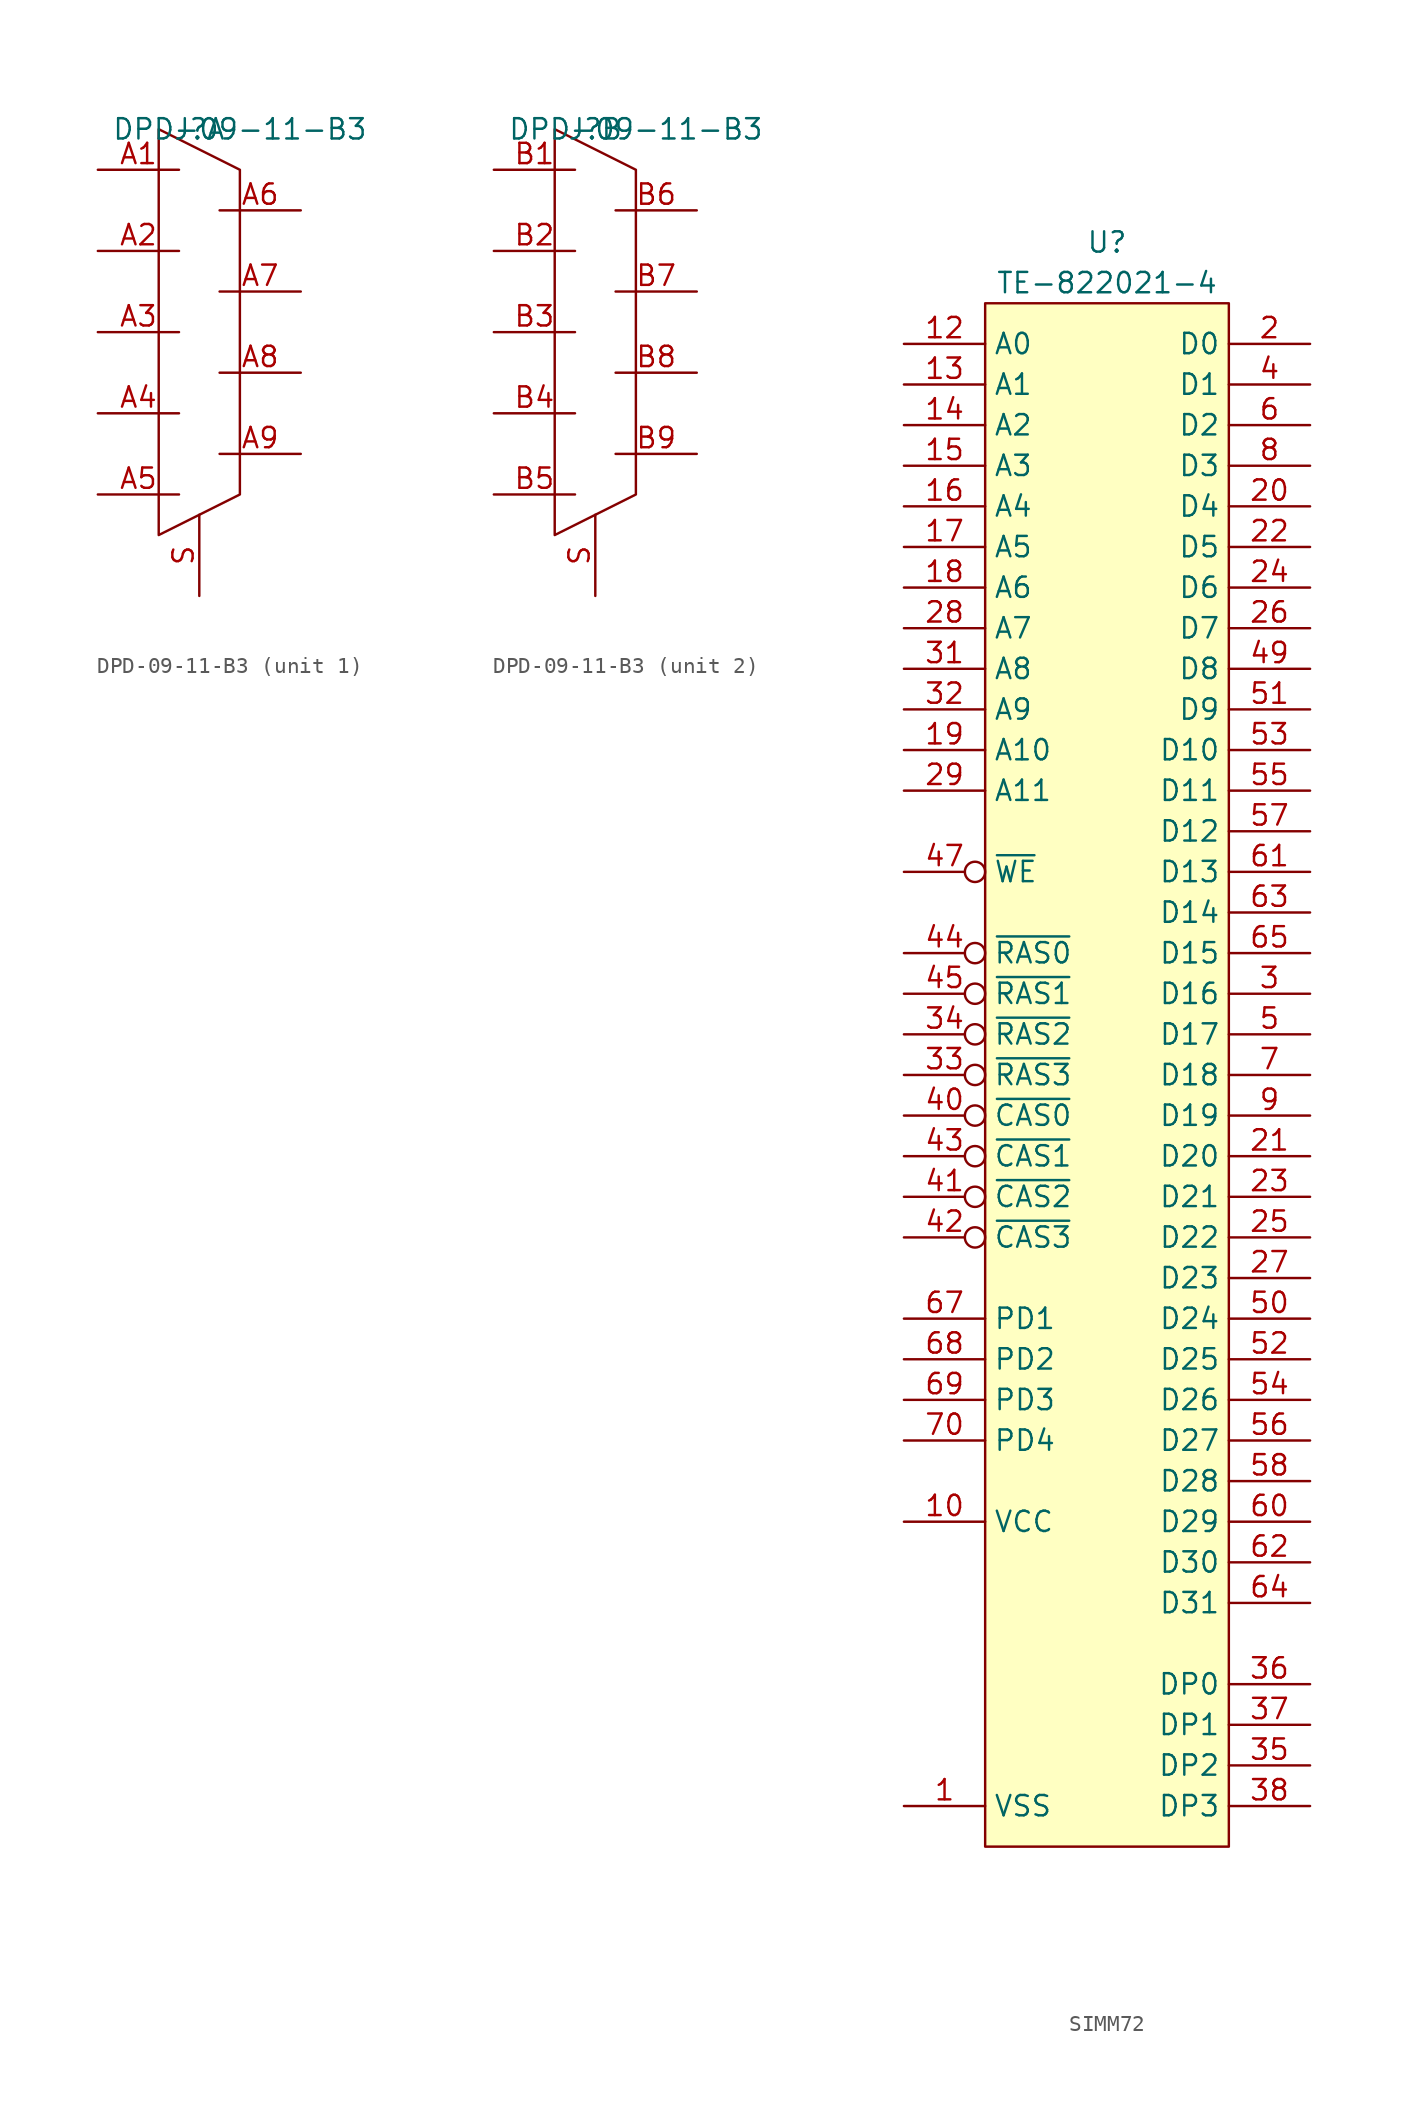
<source format=kicad_sym>
(kicad_symbol_lib
  (version 20231120)
  (generator "kicad_symbol_editor")
  (generator_version "8.0")
  (symbol "DPD-09-11-B3"
    (property "Reference" "J"
      (at 0 0 0)
      (effects (font (size 1.27 1.27))))
    (property "Value" "DPD-09-11-B3"
      (at 2.54 0 0)
      (effects (font (size 1.27 1.27))))
    (property "ki_locked" ""
      (at 0 0 0)
      (effects (font (size 1.27 1.27))))
    (symbol "DPD-09-11-B3_1_1"
      (polyline (pts (xy -2.54 0) (xy -2.54 -25.4) (xy 2.54 -22.86) (xy 2.54 -2.54) (xy -2.54 0)) (stroke (width 0) (type default)) (fill (type none)))
      (pin passive line (at -6.35 -2.54 0) (length 5.08) (name "" (effects (font (size 1.27 1.27)))) (number "A1" (effects (font (size 1.27 1.27)))))
      (pin passive line (at -6.35 -7.62 0) (length 5.08) (name "" (effects (font (size 1.27 1.27)))) (number "A2" (effects (font (size 1.27 1.27)))))
      (pin passive line (at -6.35 -12.7 0) (length 5.08) (name "" (effects (font (size 1.27 1.27)))) (number "A3" (effects (font (size 1.27 1.27)))))
      (pin passive line (at -6.35 -17.78 0) (length 5.08) (name "" (effects (font (size 1.27 1.27)))) (number "A4" (effects (font (size 1.27 1.27)))))
      (pin passive line (at -6.35 -22.86 0) (length 5.08) (name "" (effects (font (size 1.27 1.27)))) (number "A5" (effects (font (size 1.27 1.27)))))
      (pin passive line (at 6.35 -5.08 180) (length 5.08) (name "" (effects (font (size 1.27 1.27)))) (number "A6" (effects (font (size 1.27 1.27)))))
      (pin passive line (at 6.35 -10.16 180) (length 5.08) (name "" (effects (font (size 1.27 1.27)))) (number "A7" (effects (font (size 1.27 1.27)))))
      (pin passive line (at 6.35 -15.24 180) (length 5.08) (name "" (effects (font (size 1.27 1.27)))) (number "A8" (effects (font (size 1.27 1.27)))))
      (pin passive line (at 6.35 -20.32 180) (length 5.08) (name "" (effects (font (size 1.27 1.27)))) (number "A9" (effects (font (size 1.27 1.27)))))
      (pin passive line (at 0 -29.21 90) (length 5.08) (name "" (effects (font (size 1.27 1.27)))) (number "S" (effects (font (size 1.27 1.27))))))
    (symbol "DPD-09-11-B3_2_1"
      (polyline (pts (xy -2.54 0) (xy -2.54 -25.4) (xy 2.54 -22.86) (xy 2.54 -2.54) (xy -2.54 0)) (stroke (width 0) (type default)) (fill (type none)))
      (pin passive line (at -6.35 -2.54 0) (length 5.08) (name "" (effects (font (size 1.27 1.27)))) (number "B1" (effects (font (size 1.27 1.27)))))
      (pin passive line (at -6.35 -7.62 0) (length 5.08) (name "" (effects (font (size 1.27 1.27)))) (number "B2" (effects (font (size 1.27 1.27)))))
      (pin passive line (at -6.35 -12.7 0) (length 5.08) (name "" (effects (font (size 1.27 1.27)))) (number "B3" (effects (font (size 1.27 1.27)))))
      (pin passive line (at -6.35 -17.78 0) (length 5.08) (name "" (effects (font (size 1.27 1.27)))) (number "B4" (effects (font (size 1.27 1.27)))))
      (pin passive line (at -6.35 -22.86 0) (length 5.08) (name "" (effects (font (size 1.27 1.27)))) (number "B5" (effects (font (size 1.27 1.27)))))
      (pin passive line (at 6.35 -5.08 180) (length 5.08) (name "" (effects (font (size 1.27 1.27)))) (number "B6" (effects (font (size 1.27 1.27)))))
      (pin passive line (at 6.35 -10.16 180) (length 5.08) (name "" (effects (font (size 1.27 1.27)))) (number "B7" (effects (font (size 1.27 1.27)))))
      (pin passive line (at 6.35 -15.24 180) (length 5.08) (name "" (effects (font (size 1.27 1.27)))) (number "B8" (effects (font (size 1.27 1.27)))))
      (pin passive line (at 6.35 -20.32 180) (length 5.08) (name "" (effects (font (size 1.27 1.27)))) (number "B9" (effects (font (size 1.27 1.27)))))
      (pin passive line (at 0 -29.21 90) (length 5.08) (name "" (effects (font (size 1.27 1.27)))) (number "S" (effects (font (size 1.27 1.27)))))))
  (symbol "SIMM72"
    (property "Reference" "U"
      (at 0 3.81 0)
      (effects (font (size 1.27 1.27))))
    (property "Value" "TE-822021-4"
      (at 0 1.27 0)
      (effects (font (size 1.27 1.27))))
    (symbol "SIMM72_0_0"
      (pin power_in line (at -12.7 -93.98 0) (length 5.08) (name "VSS" (effects (font (size 1.27 1.27)))) (number "1" (effects (font (size 1.27 1.27)))))
      (pin power_in line (at -12.7 -76.2 0) (length 5.08) (name "VCC" (effects (font (size 1.27 1.27)))) (number "10" (effects (font (size 1.27 1.27)))))
      (pin no_connect non_logic (at -12.7 -88.9 0) (length 5.08) hide (name "NC" (effects (font (size 1.27 1.27)))) (number "11" (effects (font (size 1.27 1.27)))))
      (pin input line (at -12.7 -2.54 0) (length 5.08) (name "A0" (effects (font (size 1.27 1.27)))) (number "12" (effects (font (size 1.27 1.27)))))
      (pin input line (at -12.7 -5.08 0) (length 5.08) (name "A1" (effects (font (size 1.27 1.27)))) (number "13" (effects (font (size 1.27 1.27)))))
      (pin input line (at -12.7 -7.62 0) (length 5.08) (name "A2" (effects (font (size 1.27 1.27)))) (number "14" (effects (font (size 1.27 1.27)))))
      (pin input line (at -12.7 -10.16 0) (length 5.08) (name "A3" (effects (font (size 1.27 1.27)))) (number "15" (effects (font (size 1.27 1.27)))))
      (pin input line (at -12.7 -12.7 0) (length 5.08) (name "A4" (effects (font (size 1.27 1.27)))) (number "16" (effects (font (size 1.27 1.27)))))
      (pin input line (at -12.7 -15.24 0) (length 5.08) (name "A5" (effects (font (size 1.27 1.27)))) (number "17" (effects (font (size 1.27 1.27)))))
      (pin input line (at -12.7 -17.78 0) (length 5.08) (name "A6" (effects (font (size 1.27 1.27)))) (number "18" (effects (font (size 1.27 1.27)))))
      (pin input line (at -12.7 -27.94 0) (length 5.08) (name "A10" (effects (font (size 1.27 1.27)))) (number "19" (effects (font (size 1.27 1.27)))))
      (pin bidirectional line (at 12.7 -2.54 180) (length 5.08) (name "D0" (effects (font (size 1.27 1.27)))) (number "2" (effects (font (size 1.27 1.27)))))
      (pin bidirectional line (at 12.7 -12.7 180) (length 5.08) (name "D4" (effects (font (size 1.27 1.27)))) (number "20" (effects (font (size 1.27 1.27)))))
      (pin bidirectional line (at 12.7 -53.34 180) (length 5.08) (name "D20" (effects (font (size 1.27 1.27)))) (number "21" (effects (font (size 1.27 1.27)))))
      (pin bidirectional line (at 12.7 -15.24 180) (length 5.08) (name "D5" (effects (font (size 1.27 1.27)))) (number "22" (effects (font (size 1.27 1.27)))))
      (pin bidirectional line (at 12.7 -55.88 180) (length 5.08) (name "D21" (effects (font (size 1.27 1.27)))) (number "23" (effects (font (size 1.27 1.27)))))
      (pin bidirectional line (at 12.7 -17.78 180) (length 5.08) (name "D6" (effects (font (size 1.27 1.27)))) (number "24" (effects (font (size 1.27 1.27)))))
      (pin bidirectional line (at 12.7 -58.42 180) (length 5.08) (name "D22" (effects (font (size 1.27 1.27)))) (number "25" (effects (font (size 1.27 1.27)))))
      (pin bidirectional line (at 12.7 -20.32 180) (length 5.08) (name "D7" (effects (font (size 1.27 1.27)))) (number "26" (effects (font (size 1.27 1.27)))))
      (pin bidirectional line (at 12.7 -60.96 180) (length 5.08) (name "D23" (effects (font (size 1.27 1.27)))) (number "27" (effects (font (size 1.27 1.27)))))
      (pin input line (at -12.7 -20.32 0) (length 5.08) (name "A7" (effects (font (size 1.27 1.27)))) (number "28" (effects (font (size 1.27 1.27)))))
      (pin input line (at -12.7 -30.48 0) (length 5.08) (name "A11" (effects (font (size 1.27 1.27)))) (number "29" (effects (font (size 1.27 1.27)))))
      (pin bidirectional line (at 12.7 -43.18 180) (length 5.08) (name "D16" (effects (font (size 1.27 1.27)))) (number "3" (effects (font (size 1.27 1.27)))))
      (pin power_in line (at -12.7 -76.2 0) (length 5.08) hide (name "VCC" (effects (font (size 1.27 1.27)))) (number "30" (effects (font (size 1.27 1.27)))))
      (pin input line (at -12.7 -22.86 0) (length 5.08) (name "A8" (effects (font (size 1.27 1.27)))) (number "31" (effects (font (size 1.27 1.27)))))
      (pin input line (at -12.7 -25.4 0) (length 5.08) (name "A9" (effects (font (size 1.27 1.27)))) (number "32" (effects (font (size 1.27 1.27)))))
      (pin input inverted (at -12.7 -48.26 0) (length 5.08) (name "~{RAS3}" (effects (font (size 1.27 1.27)))) (number "33" (effects (font (size 1.27 1.27)))))
      (pin input inverted (at -12.7 -45.72 0) (length 5.08) (name "~{RAS2}" (effects (font (size 1.27 1.27)))) (number "34" (effects (font (size 1.27 1.27)))))
      (pin bidirectional line (at 12.7 -91.44 180) (length 5.08) (name "DP2" (effects (font (size 1.27 1.27)))) (number "35" (effects (font (size 1.27 1.27)))))
      (pin bidirectional line (at 12.7 -86.36 180) (length 5.08) (name "DP0" (effects (font (size 1.27 1.27)))) (number "36" (effects (font (size 1.27 1.27)))))
      (pin bidirectional line (at 12.7 -88.9 180) (length 5.08) (name "DP1" (effects (font (size 1.27 1.27)))) (number "37" (effects (font (size 1.27 1.27)))))
      (pin bidirectional line (at 12.7 -93.98 180) (length 5.08) (name "DP3" (effects (font (size 1.27 1.27)))) (number "38" (effects (font (size 1.27 1.27)))))
      (pin power_in line (at -12.7 -93.98 0) (length 5.08) hide (name "VSS" (effects (font (size 1.27 1.27)))) (number "39" (effects (font (size 1.27 1.27)))))
      (pin bidirectional line (at 12.7 -5.08 180) (length 5.08) (name "D1" (effects (font (size 1.27 1.27)))) (number "4" (effects (font (size 1.27 1.27)))))
      (pin input inverted (at -12.7 -50.8 0) (length 5.08) (name "~{CAS0}" (effects (font (size 1.27 1.27)))) (number "40" (effects (font (size 1.27 1.27)))))
      (pin input inverted (at -12.7 -55.88 0) (length 5.08) (name "~{CAS2}" (effects (font (size 1.27 1.27)))) (number "41" (effects (font (size 1.27 1.27)))))
      (pin input inverted (at -12.7 -58.42 0) (length 5.08) (name "~{CAS3}" (effects (font (size 1.27 1.27)))) (number "42" (effects (font (size 1.27 1.27)))))
      (pin input inverted (at -12.7 -53.34 0) (length 5.08) (name "~{CAS1}" (effects (font (size 1.27 1.27)))) (number "43" (effects (font (size 1.27 1.27)))))
      (pin input inverted (at -12.7 -40.64 0) (length 5.08) (name "~{RAS0}" (effects (font (size 1.27 1.27)))) (number "44" (effects (font (size 1.27 1.27)))))
      (pin input inverted (at -12.7 -43.18 0) (length 5.08) (name "~{RAS1}" (effects (font (size 1.27 1.27)))) (number "45" (effects (font (size 1.27 1.27)))))
      (pin no_connect non_logic (at -12.7 -88.9 0) (length 5.08) hide (name "NC" (effects (font (size 1.27 1.27)))) (number "46" (effects (font (size 1.27 1.27)))))
      (pin input inverted (at -12.7 -35.56 0) (length 5.08) (name "~{WE}" (effects (font (size 1.27 1.27)))) (number "47" (effects (font (size 1.27 1.27)))))
      (pin no_connect non_logic (at -12.7 -88.9 0) (length 5.08) hide (name "NC" (effects (font (size 1.27 1.27)))) (number "48" (effects (font (size 1.27 1.27)))))
      (pin bidirectional line (at 12.7 -22.86 180) (length 5.08) (name "D8" (effects (font (size 1.27 1.27)))) (number "49" (effects (font (size 1.27 1.27)))))
      (pin bidirectional line (at 12.7 -45.72 180) (length 5.08) (name "D17" (effects (font (size 1.27 1.27)))) (number "5" (effects (font (size 1.27 1.27)))))
      (pin bidirectional line (at 12.7 -63.5 180) (length 5.08) (name "D24" (effects (font (size 1.27 1.27)))) (number "50" (effects (font (size 1.27 1.27)))))
      (pin bidirectional line (at 12.7 -25.4 180) (length 5.08) (name "D9" (effects (font (size 1.27 1.27)))) (number "51" (effects (font (size 1.27 1.27)))))
      (pin bidirectional line (at 12.7 -66.04 180) (length 5.08) (name "D25" (effects (font (size 1.27 1.27)))) (number "52" (effects (font (size 1.27 1.27)))))
      (pin bidirectional line (at 12.7 -27.94 180) (length 5.08) (name "D10" (effects (font (size 1.27 1.27)))) (number "53" (effects (font (size 1.27 1.27)))))
      (pin bidirectional line (at 12.7 -68.58 180) (length 5.08) (name "D26" (effects (font (size 1.27 1.27)))) (number "54" (effects (font (size 1.27 1.27)))))
      (pin bidirectional line (at 12.7 -30.48 180) (length 5.08) (name "D11" (effects (font (size 1.27 1.27)))) (number "55" (effects (font (size 1.27 1.27)))))
      (pin bidirectional line (at 12.7 -71.12 180) (length 5.08) (name "D27" (effects (font (size 1.27 1.27)))) (number "56" (effects (font (size 1.27 1.27)))))
      (pin bidirectional line (at 12.7 -33.02 180) (length 5.08) (name "D12" (effects (font (size 1.27 1.27)))) (number "57" (effects (font (size 1.27 1.27)))))
      (pin bidirectional line (at 12.7 -73.66 180) (length 5.08) (name "D28" (effects (font (size 1.27 1.27)))) (number "58" (effects (font (size 1.27 1.27)))))
      (pin power_in line (at -12.7 -76.2 0) (length 5.08) hide (name "VCC" (effects (font (size 1.27 1.27)))) (number "59" (effects (font (size 1.27 1.27)))))
      (pin bidirectional line (at 12.7 -7.62 180) (length 5.08) (name "D2" (effects (font (size 1.27 1.27)))) (number "6" (effects (font (size 1.27 1.27)))))
      (pin bidirectional line (at 12.7 -76.2 180) (length 5.08) (name "D29" (effects (font (size 1.27 1.27)))) (number "60" (effects (font (size 1.27 1.27)))))
      (pin bidirectional line (at 12.7 -35.56 180) (length 5.08) (name "D13" (effects (font (size 1.27 1.27)))) (number "61" (effects (font (size 1.27 1.27)))))
      (pin bidirectional line (at 12.7 -78.74 180) (length 5.08) (name "D30" (effects (font (size 1.27 1.27)))) (number "62" (effects (font (size 1.27 1.27)))))
      (pin bidirectional line (at 12.7 -38.1 180) (length 5.08) (name "D14" (effects (font (size 1.27 1.27)))) (number "63" (effects (font (size 1.27 1.27)))))
      (pin bidirectional line (at 12.7 -81.28 180) (length 5.08) (name "D31" (effects (font (size 1.27 1.27)))) (number "64" (effects (font (size 1.27 1.27)))))
      (pin bidirectional line (at 12.7 -40.64 180) (length 5.08) (name "D15" (effects (font (size 1.27 1.27)))) (number "65" (effects (font (size 1.27 1.27)))))
      (pin no_connect non_logic (at -12.7 -88.9 0) (length 5.08) hide (name "NC" (effects (font (size 1.27 1.27)))) (number "66" (effects (font (size 1.27 1.27)))))
      (pin passive line (at -12.7 -63.5 0) (length 5.08) (name "PD1" (effects (font (size 1.27 1.27)))) (number "67" (effects (font (size 1.27 1.27)))))
      (pin passive line (at -12.7 -66.04 0) (length 5.08) (name "PD2" (effects (font (size 1.27 1.27)))) (number "68" (effects (font (size 1.27 1.27)))))
      (pin passive line (at -12.7 -68.58 0) (length 5.08) (name "PD3" (effects (font (size 1.27 1.27)))) (number "69" (effects (font (size 1.27 1.27)))))
      (pin bidirectional line (at 12.7 -48.26 180) (length 5.08) (name "D18" (effects (font (size 1.27 1.27)))) (number "7" (effects (font (size 1.27 1.27)))))
      (pin passive line (at -12.7 -71.12 0) (length 5.08) (name "PD4" (effects (font (size 1.27 1.27)))) (number "70" (effects (font (size 1.27 1.27)))))
      (pin no_connect non_logic (at -12.7 -88.9 0) (length 5.08) hide (name "NC" (effects (font (size 1.27 1.27)))) (number "71" (effects (font (size 1.27 1.27)))))
      (pin power_in line (at -12.7 -93.98 0) (length 5.08) hide (name "VSS" (effects (font (size 1.27 1.27)))) (number "72" (effects (font (size 1.27 1.27)))))
      (pin bidirectional line (at 12.7 -10.16 180) (length 5.08) (name "D3" (effects (font (size 1.27 1.27)))) (number "8" (effects (font (size 1.27 1.27)))))
      (pin bidirectional line (at 12.7 -50.8 180) (length 5.08) (name "D19" (effects (font (size 1.27 1.27)))) (number "9" (effects (font (size 1.27 1.27))))))
    (symbol "SIMM72_0_1"
      (rectangle (start -7.62 0) (end 7.62 -96.52) (stroke (width 0) (type default)) (fill (type background))))))
</source>
